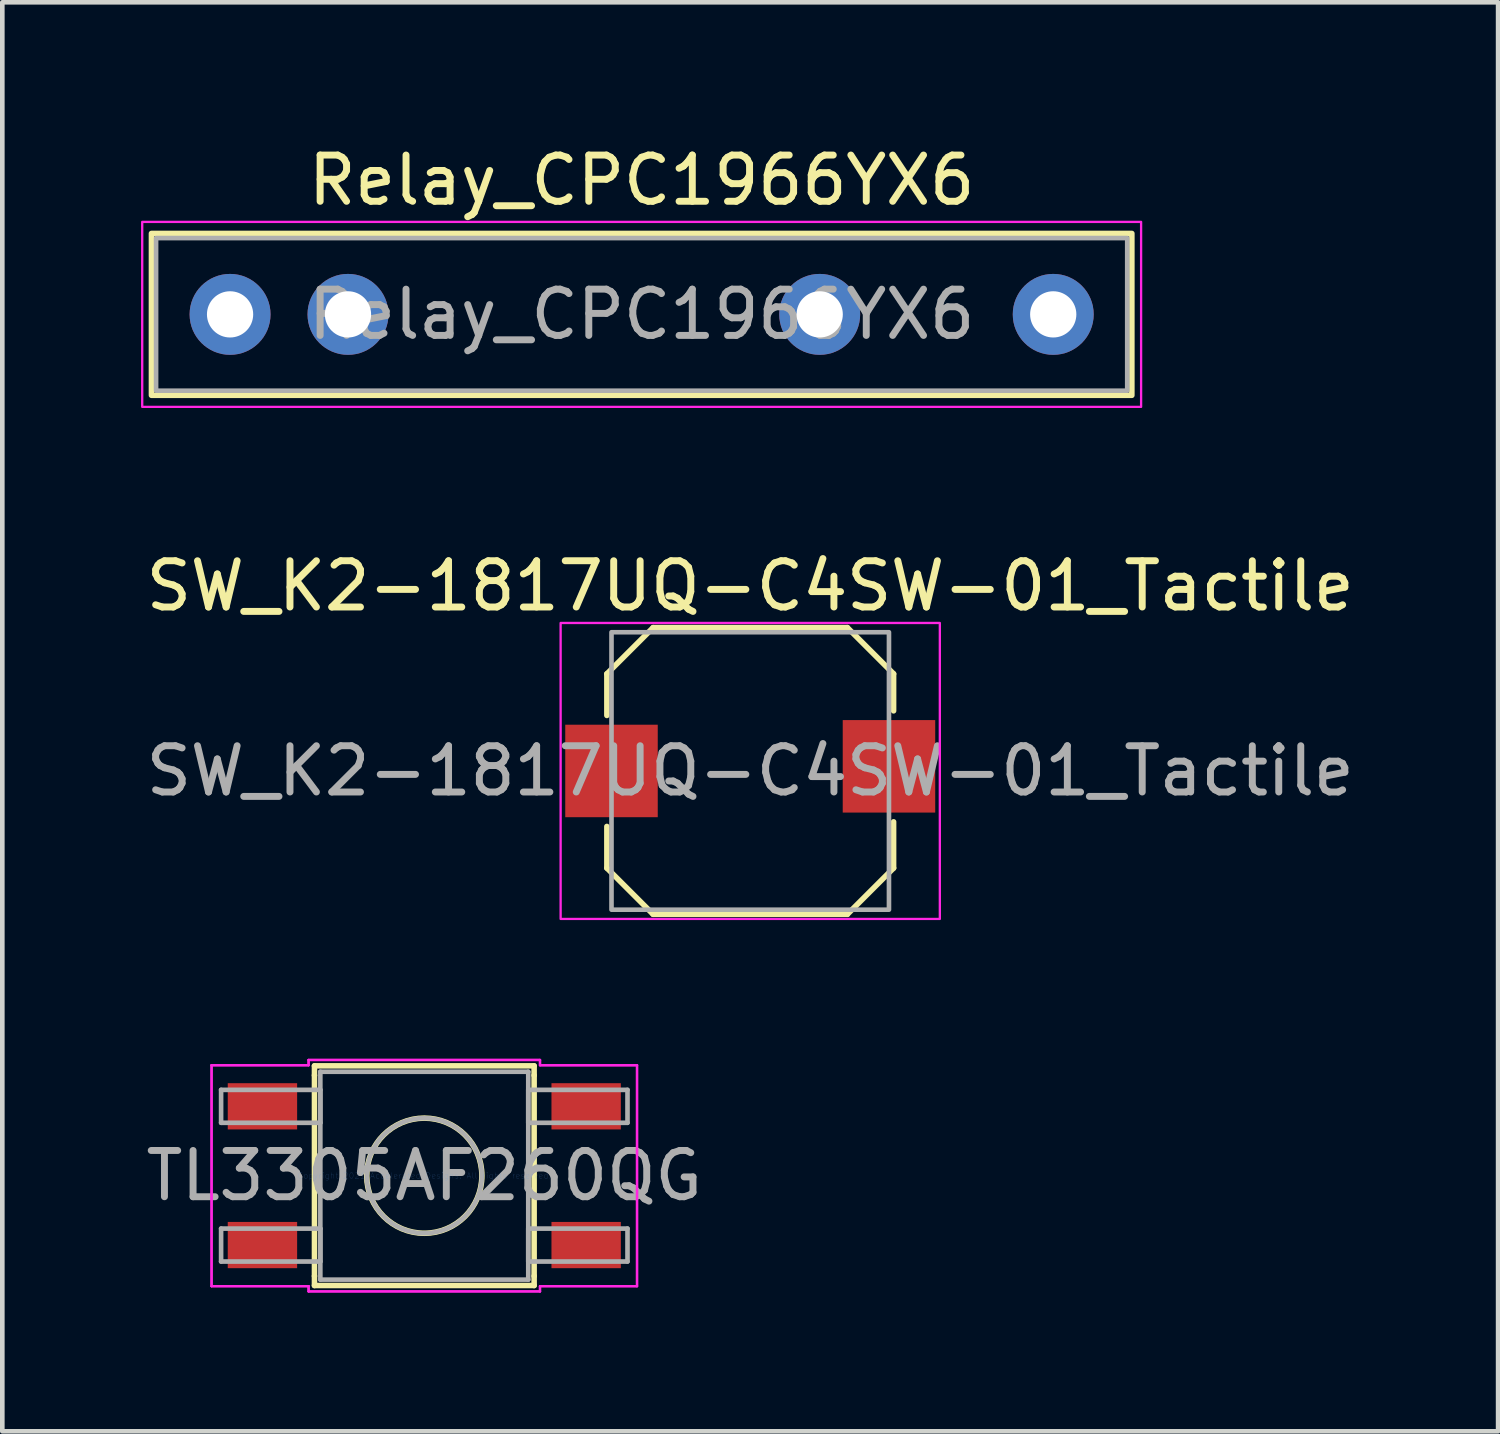
<source format=kicad_pcb>
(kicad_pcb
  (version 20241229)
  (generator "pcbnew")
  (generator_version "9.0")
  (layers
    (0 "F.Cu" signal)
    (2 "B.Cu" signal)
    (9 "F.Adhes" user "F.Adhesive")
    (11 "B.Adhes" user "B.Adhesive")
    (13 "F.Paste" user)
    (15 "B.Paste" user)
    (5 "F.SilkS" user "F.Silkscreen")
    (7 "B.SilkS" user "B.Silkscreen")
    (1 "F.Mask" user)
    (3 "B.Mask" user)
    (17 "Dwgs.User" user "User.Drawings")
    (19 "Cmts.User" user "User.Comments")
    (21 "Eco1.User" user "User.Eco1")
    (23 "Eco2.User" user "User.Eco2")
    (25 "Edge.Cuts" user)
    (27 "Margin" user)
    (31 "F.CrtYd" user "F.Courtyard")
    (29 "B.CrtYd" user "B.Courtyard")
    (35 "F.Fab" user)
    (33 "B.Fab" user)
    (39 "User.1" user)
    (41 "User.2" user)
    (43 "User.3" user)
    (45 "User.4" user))
  (footprint "SW_K2-1817UQ-C4SW-01_Tactile"
    (layer "F.Cu")
    (at 13.173 13.621)
    (property "Reference" "SW_K2-1817UQ-C4SW-01_Tactile" (at 0 -4 0) (unlocked yes) (layer "F.SilkS") (effects (font (size 1 1) (thickness 0.15))))
    (attr through_hole)
    (fp_line (start -3.1 -2.1) (end -2.1 -3.1) (stroke (width 0.12) (type default)) (layer "F.SilkS"))
    (fp_line (start -3.1 -1.2) (end -3.1 -2.1) (stroke (width 0.12) (type default)) (layer "F.SilkS"))
    (fp_line (start -3.1 1.2) (end -3.1 2.1) (stroke (width 0.12) (type default)) (layer "F.SilkS"))
    (fp_line (start -2.1 -3.1) (end 2.1 -3.1) (stroke (width 0.12) (type default)) (layer "F.SilkS"))
    (fp_line (start -2.1 3.1) (end -3.1 2.1) (stroke (width 0.12) (type default)) (layer "F.SilkS"))
    (fp_line (start -2.1 3.1) (end 2.1 3.1) (stroke (width 0.12) (type default)) (layer "F.SilkS"))
    (fp_line (start 2.1 3.1) (end 3.1 2.1) (stroke (width 0.12) (type default)) (layer "F.SilkS"))
    (fp_line (start 3.1 -2.1) (end 2.1 -3.1) (stroke (width 0.12) (type default)) (layer "F.SilkS"))
    (fp_line (start 3.1 -2.1) (end 3.1 -1.3) (stroke (width 0.12) (type default)) (layer "F.SilkS"))
    (fp_line (start 3.1 2.1) (end 3.1 1.1) (stroke (width 0.12) (type default)) (layer "F.SilkS"))
    (fp_rect (start -4.1 -3.2) (end 4.1 3.2) (stroke (width 0.05) (type default)) (fill no) (layer "F.CrtYd"))
    (fp_rect (start -3 -3) (end 3 3) (stroke (width 0.1) (type default)) (fill no) (layer "F.Fab"))
    (fp_text user "${REFERENCE}" (at 0 0 0) (unlocked yes) (layer "F.Fab") (effects (font (size 1 1) (thickness 0.15))))
    (pad "1" smd rect (at -3 0) (size 2 2) (layers "F.Cu" "F.Mask" "F.Paste"))
    (pad "2" smd rect (at 3 -0.1) (size 2 2) (layers "F.Cu" "F.Mask" "F.Paste")))
  (footprint "Relay_CPC1966YX6"
    (layer "F.Cu")
    (at 10.825 3.748)
    (property "Reference" "Relay_CPC1966YX6" (at 0 -2.9 0) (unlocked yes) (layer "F.SilkS") (effects (font (size 1 1) (thickness 0.15))))
    (attr smd)
    (fp_rect (start -10.6 -1.75) (end 10.6 1.75) (stroke (width 0.12) (type default)) (fill no) (layer "F.SilkS"))
    (fp_rect (start -10.8 -2) (end 10.8 2) (stroke (width 0.05) (type default)) (fill no) (layer "F.CrtYd"))
    (fp_rect (start -10.5 1.65) (end 10.5 -1.65) (stroke (width 0.1) (type default)) (fill no) (layer "F.Fab"))
    (fp_text user "${REFERENCE}" (at 0 0 0) (unlocked yes) (layer "F.Fab") (effects (font (size 1 1) (thickness 0.15))))
    (pad "1" thru_hole circle (at -8.9 0) (size 1.75 1.75) (drill 1) (layers "*.Cu" "*.Mask"))
    (pad "2" thru_hole circle (at -6.35 0) (size 1.75 1.75) (drill 1) (layers "*.Cu" "*.Mask"))
    (pad "3" thru_hole circle (at 3.85 0) (size 1.75 1.75) (drill 1) (layers "*.Cu" "*.Mask"))
    (pad "4" thru_hole circle (at 8.9 0) (size 1.75 1.75) (drill 1) (layers "*.Cu" "*.Mask")))
  (footprint "TL3305AF260QG"
    (layer "F.Cu")
    (at 6.125 22.373)
    (property "Reference" "TL3305AF260QG" (at 0 0 0) (layer "F.Fab") (effects (font (size 1 1) (thickness 0.15))))
    (attr through_hole)
    (fp_line (start -2.375 -2.375) (end -2.375 -2.17) (stroke (width 0.12) (type solid)) (layer "F.SilkS"))
    (fp_line (start -2.375 -2.17) (end -2.375 2.17) (stroke (width 0.12) (type solid)) (layer "F.SilkS"))
    (fp_line (start -2.375 2.17) (end -2.375 2.375) (stroke (width 0.12) (type solid)) (layer "F.SilkS"))
    (fp_line (start -2.375 2.375) (end 2.375 2.375) (stroke (width 0.12) (type solid)) (layer "F.SilkS"))
    (fp_line (start 2.375 -2.375) (end -2.375 -2.375) (stroke (width 0.12) (type solid)) (layer "F.SilkS"))
    (fp_line (start 2.375 -2.17) (end 2.375 -2.375) (stroke (width 0.12) (type solid)) (layer "F.SilkS"))
    (fp_line (start 2.375 2.17) (end 2.375 -2.17) (stroke (width 0.12) (type solid)) (layer "F.SilkS"))
    (fp_line (start 2.375 2.375) (end 2.375 2.17) (stroke (width 0.12) (type solid)) (layer "F.SilkS"))
    (fp_circle (center 0 0) (end 1.245 0) (stroke (width 0.12) (type solid)) (fill no) (layer "F.SilkS"))
    (fp_line (start -4.6 -2.389) (end -2.502 -2.389) (stroke (width 0.05) (type solid)) (layer "F.CrtYd"))
    (fp_line (start -4.6 -2.389) (end -2.502 -2.389) (stroke (width 0.05) (type solid)) (layer "F.CrtYd"))
    (fp_line (start -4.6 2.389) (end -4.6 -2.389) (stroke (width 0.05) (type solid)) (layer "F.CrtYd"))
    (fp_line (start -4.6 2.389) (end -4.6 -2.389) (stroke (width 0.05) (type solid)) (layer "F.CrtYd"))
    (fp_line (start -2.502 -2.502) (end 2.502 -2.502) (stroke (width 0.05) (type solid)) (layer "F.CrtYd"))
    (fp_line (start -2.502 -2.502) (end 2.502 -2.502) (stroke (width 0.05) (type solid)) (layer "F.CrtYd"))
    (fp_line (start -2.502 -2.389) (end -2.502 -2.502) (stroke (width 0.05) (type solid)) (layer "F.CrtYd"))
    (fp_line (start -2.502 -2.389) (end -2.502 -2.502) (stroke (width 0.05) (type solid)) (layer "F.CrtYd"))
    (fp_line (start -2.502 2.389) (end -4.6 2.389) (stroke (width 0.05) (type solid)) (layer "F.CrtYd"))
    (fp_line (start -2.502 2.389) (end -4.6 2.389) (stroke (width 0.05) (type solid)) (layer "F.CrtYd"))
    (fp_line (start -2.502 2.502) (end -2.502 2.389) (stroke (width 0.05) (type solid)) (layer "F.CrtYd"))
    (fp_line (start -2.502 2.502) (end -2.502 2.389) (stroke (width 0.05) (type solid)) (layer "F.CrtYd"))
    (fp_line (start 2.502 -2.502) (end 2.502 -2.389) (stroke (width 0.05) (type solid)) (layer "F.CrtYd"))
    (fp_line (start 2.502 -2.502) (end 2.502 -2.389) (stroke (width 0.05) (type solid)) (layer "F.CrtYd"))
    (fp_line (start 2.502 -2.389) (end 4.6 -2.389) (stroke (width 0.05) (type solid)) (layer "F.CrtYd"))
    (fp_line (start 2.502 -2.389) (end 4.6 -2.389) (stroke (width 0.05) (type solid)) (layer "F.CrtYd"))
    (fp_line (start 2.502 2.389) (end 2.502 2.502) (stroke (width 0.05) (type solid)) (layer "F.CrtYd"))
    (fp_line (start 2.502 2.389) (end 2.502 2.502) (stroke (width 0.05) (type solid)) (layer "F.CrtYd"))
    (fp_line (start 2.502 2.502) (end -2.502 2.502) (stroke (width 0.05) (type solid)) (layer "F.CrtYd"))
    (fp_line (start 2.502 2.502) (end -2.502 2.502) (stroke (width 0.05) (type solid)) (layer "F.CrtYd"))
    (fp_line (start 4.6 -2.389) (end 4.6 2.389) (stroke (width 0.05) (type solid)) (layer "F.CrtYd"))
    (fp_line (start 4.6 -2.389) (end 4.6 2.389) (stroke (width 0.05) (type solid)) (layer "F.CrtYd"))
    (fp_line (start 4.6 2.389) (end 2.502 2.389) (stroke (width 0.05) (type solid)) (layer "F.CrtYd"))
    (fp_line (start 4.6 2.389) (end 2.502 2.389) (stroke (width 0.05) (type solid)) (layer "F.CrtYd"))
    (fp_line (start -4.394 -1.856) (end -4.394 -1.144) (stroke (width 0.1) (type solid)) (layer "F.Fab"))
    (fp_line (start -4.394 -1.144) (end -2.248 -1.144) (stroke (width 0.1) (type solid)) (layer "F.Fab"))
    (fp_line (start -4.394 1.144) (end -4.394 1.856) (stroke (width 0.1) (type solid)) (layer "F.Fab"))
    (fp_line (start -4.394 1.856) (end -2.248 1.856) (stroke (width 0.1) (type solid)) (layer "F.Fab"))
    (fp_line (start -2.248 -2.248) (end -2.248 2.248) (stroke (width 0.1) (type solid)) (layer "F.Fab"))
    (fp_line (start -2.248 -1.856) (end -4.394 -1.856) (stroke (width 0.1) (type solid)) (layer "F.Fab"))
    (fp_line (start -2.248 -1.144) (end -2.248 -1.856) (stroke (width 0.1) (type solid)) (layer "F.Fab"))
    (fp_line (start -2.248 1.144) (end -4.394 1.144) (stroke (width 0.1) (type solid)) (layer "F.Fab"))
    (fp_line (start -2.248 1.856) (end -2.248 1.144) (stroke (width 0.1) (type solid)) (layer "F.Fab"))
    (fp_line (start -2.248 2.248) (end 2.248 2.248) (stroke (width 0.1) (type solid)) (layer "F.Fab"))
    (fp_line (start 2.248 -2.248) (end -2.248 -2.248) (stroke (width 0.1) (type solid)) (layer "F.Fab"))
    (fp_line (start 2.248 -1.856) (end 2.248 -1.144) (stroke (width 0.1) (type solid)) (layer "F.Fab"))
    (fp_line (start 2.248 -1.144) (end 4.394 -1.144) (stroke (width 0.1) (type solid)) (layer "F.Fab"))
    (fp_line (start 2.248 1.144) (end 2.248 1.856) (stroke (width 0.1) (type solid)) (layer "F.Fab"))
    (fp_line (start 2.248 1.856) (end 4.394 1.856) (stroke (width 0.1) (type solid)) (layer "F.Fab"))
    (fp_line (start 2.248 2.248) (end 2.248 -2.248) (stroke (width 0.1) (type solid)) (layer "F.Fab"))
    (fp_line (start 4.394 -1.856) (end 2.248 -1.856) (stroke (width 0.1) (type solid)) (layer "F.Fab"))
    (fp_line (start 4.394 -1.144) (end 4.394 -1.856) (stroke (width 0.1) (type solid)) (layer "F.Fab"))
    (fp_line (start 4.394 1.144) (end 2.248 1.144) (stroke (width 0.1) (type solid)) (layer "F.Fab"))
    (fp_line (start 4.394 1.856) (end 4.394 1.144) (stroke (width 0.1) (type solid)) (layer "F.Fab"))
    (fp_circle (center 0 0) (end 1.245 0) (stroke (width 0.1) (type solid)) (fill no) (layer "F.Fab"))
    (fp_text user "Copyright 2021 Accelerated Designs. All rights reserved." (at 0 0 0) (layer "Cmts.User") (effects (font (size 0.127 0.127) (thickness 0.002))))
    (pad "1" smd rect (at -3.5 -1.5) (size 1.5 1) (layers "F.Cu" "F.Mask" "F.Paste"))
    (pad "1" smd rect (at 3.5 -1.5) (size 1.5 1) (layers "F.Cu" "F.Mask" "F.Paste"))
    (pad "2" smd rect (at -3.5 1.5) (size 1.5 1) (layers "F.Cu" "F.Mask" "F.Paste"))
    (pad "2" smd rect (at 3.5 1.5) (size 1.5 1) (layers "F.Cu" "F.Mask" "F.Paste")))
  (gr_rect
    (start -3 -3)
    (end 29.345 27.9)
    (stroke (width 0.1) (type default))
    (fill no)
    (layer "Edge.Cuts")))
</source>
